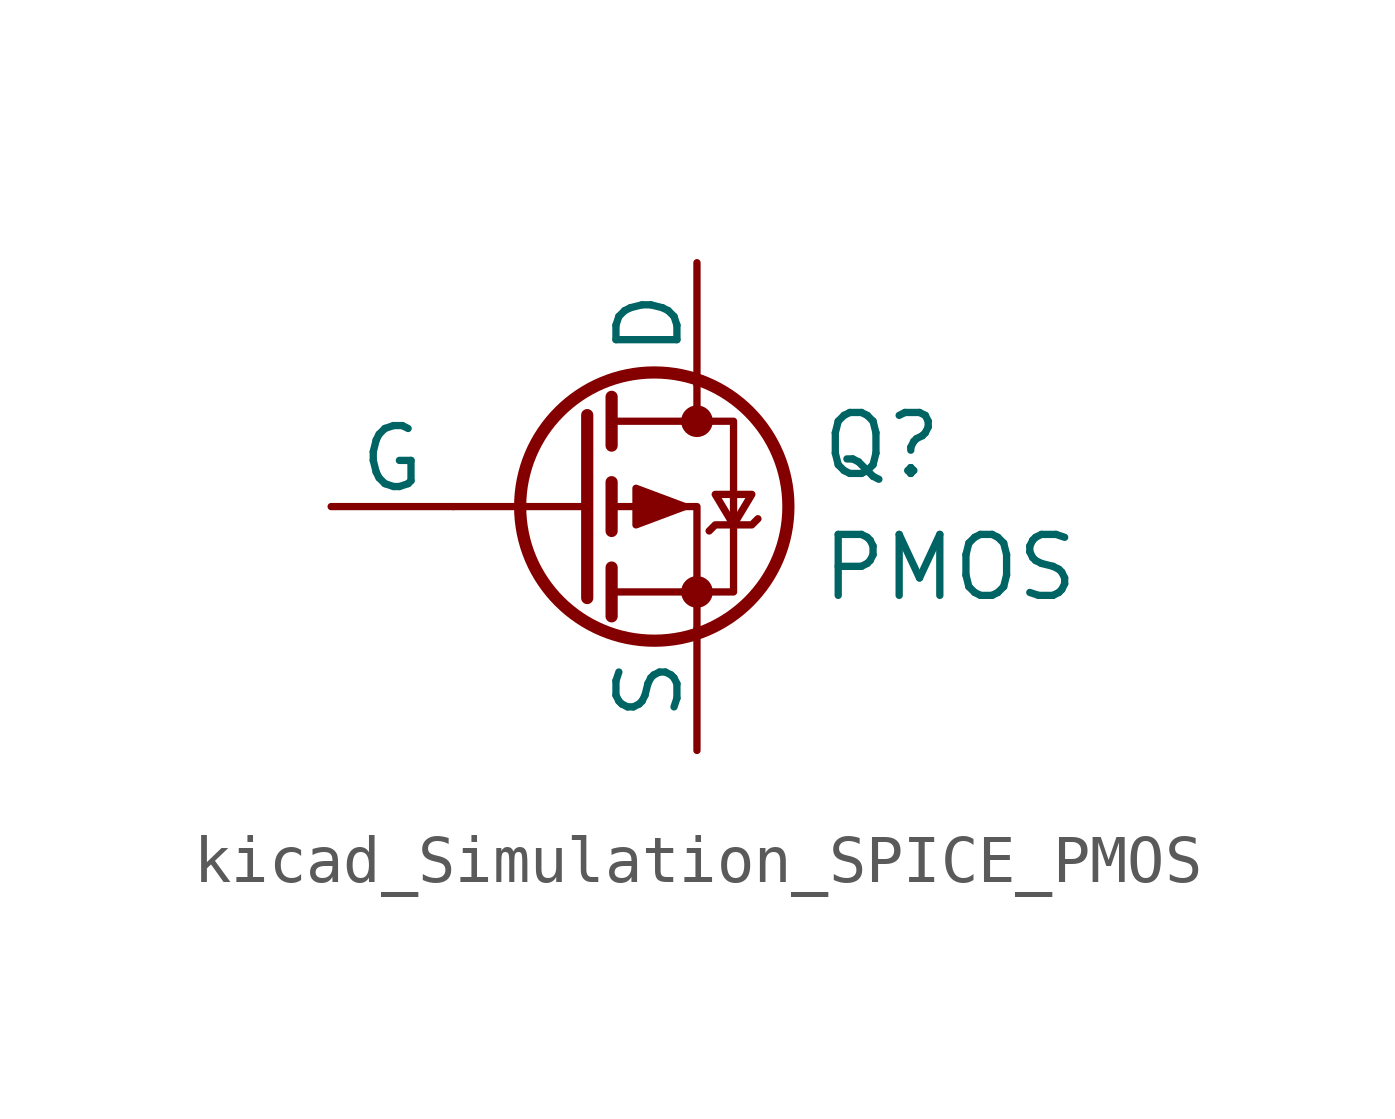
<source format=kicad_sym>
(kicad_symbol_lib
  (version 20220914)
  (generator kicad_symbol_editor)
  (symbol "kicad_Simulation_SPICE_PMOS"
    (pin_numbers hide)
    (pin_names
      (offset 0))
    (property "Reference" "Q"
      (at 5.08 1.27 0)
      (effects (font (size 1.27 1.27)) (justify left)))
    (property "Value" "PMOS"
      (at 5.08 -1.27 0)
      (effects (font (size 1.27 1.27)) (justify left)))
    (symbol "kicad_Simulation_SPICE_PMOS_0_1"
      (polyline (pts (xy 0.254 0) (xy -2.54 0)) (stroke (width 0) (type default)) (fill (type none)))
      (polyline (pts (xy 0.254 1.905) (xy 0.254 -1.905)) (stroke (width 0.254) (type default)) (fill (type none)))
      (polyline (pts (xy 0.762 -1.27) (xy 0.762 -2.286)) (stroke (width 0.254) (type default)) (fill (type none)))
      (polyline (pts (xy 0.762 0.508) (xy 0.762 -0.508)) (stroke (width 0.254) (type default)) (fill (type none)))
      (polyline (pts (xy 0.762 2.286) (xy 0.762 1.27)) (stroke (width 0.254) (type default)) (fill (type none)))
      (polyline (pts (xy 2.54 2.54) (xy 2.54 1.778)) (stroke (width 0) (type default)) (fill (type none)))
      (polyline (pts (xy 2.54 -2.54) (xy 2.54 0) (xy 0.762 0)) (stroke (width 0) (type default)) (fill (type none)))
      (polyline (pts (xy 0.762 1.778) (xy 3.302 1.778) (xy 3.302 -1.778) (xy 0.762 -1.778)) (stroke (width 0) (type default)) (fill (type none)))
      (polyline (pts (xy 2.286 0) (xy 1.27 0.381) (xy 1.27 -0.381) (xy 2.286 0)) (stroke (width 0) (type default)) (fill (type outline)))
      (polyline (pts (xy 2.794 -0.508) (xy 2.921 -0.381) (xy 3.683 -0.381) (xy 3.81 -0.254)) (stroke (width 0) (type default)) (fill (type none)))
      (polyline (pts (xy 3.302 -0.381) (xy 2.921 0.254) (xy 3.683 0.254) (xy 3.302 -0.381)) (stroke (width 0) (type default)) (fill (type none)))
      (circle (center 1.651 0) (radius 2.794) (stroke (width 0.254) (type default)) (fill (type none)))
      (circle (center 2.54 -1.778) (radius 0.254) (stroke (width 0) (type default)) (fill (type outline)))
      (circle (center 2.54 1.778) (radius 0.254) (stroke (width 0) (type default)) (fill (type outline))))
    (symbol "kicad_Simulation_SPICE_PMOS_1_1"
      (pin passive line (at 2.54 5.08 270) (length 2.54) (name "D" (effects (font (size 1.27 1.27)))) (number "1" (effects (font (size 1.27 1.27)))))
      (pin input line (at -5.08 0 0) (length 2.54) (name "G" (effects (font (size 1.27 1.27)))) (number "2" (effects (font (size 1.27 1.27)))))
      (pin passive line (at 2.54 -5.08 90) (length 2.54) (name "S" (effects (font (size 1.27 1.27)))) (number "3" (effects (font (size 1.27 1.27))))))))
</source>
